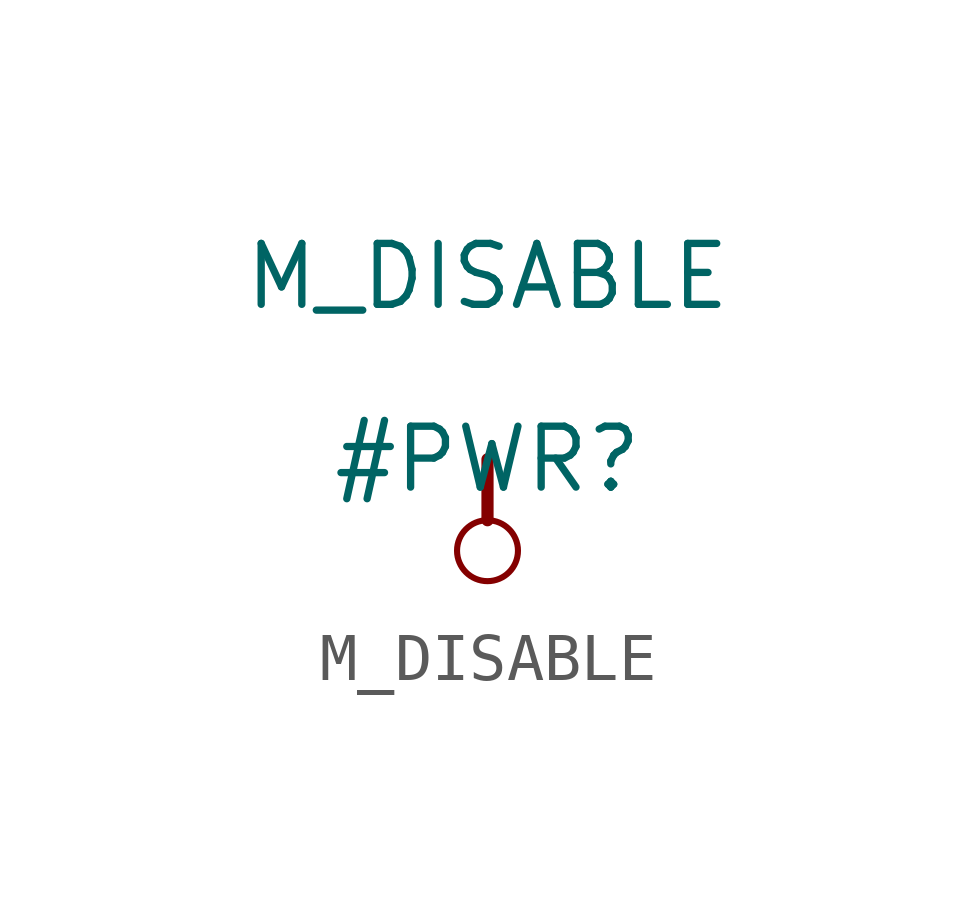
<source format=kicad_sym>
(kicad_symbol_lib
  (version 20211014)
  (generator kicad_symbol_editor)
  (symbol "M_DISABLE"
    (power)
    (property "Reference" "#PWR"
      (at 0 0 0)
      (effects (font (size 1.27 1.27))))
    (property "Value" "M_DISABLE"
      (at 0 3.81 0)
      (effects (font (size 1.27 1.27))))
    (symbol "M_DISABLE_0_0"
      (circle (center 0 -1.905) (radius 0.635) (stroke (width 0.127) (type default) (color 0 0 0 0)) (fill (type none)))
      (polyline (pts (xy 0 0) (xy 0 -1.27)) (stroke (width 0.254) (type default) (color 0 0 0 0)) (fill (type none)))
      (pin power_in line (at 0 0 0) (length 0) hide (name "M_DISABLE" (effects (font (size 1.27 1.27)))) (number "" (effects (font (size 1.27 1.27))))))))
</source>
